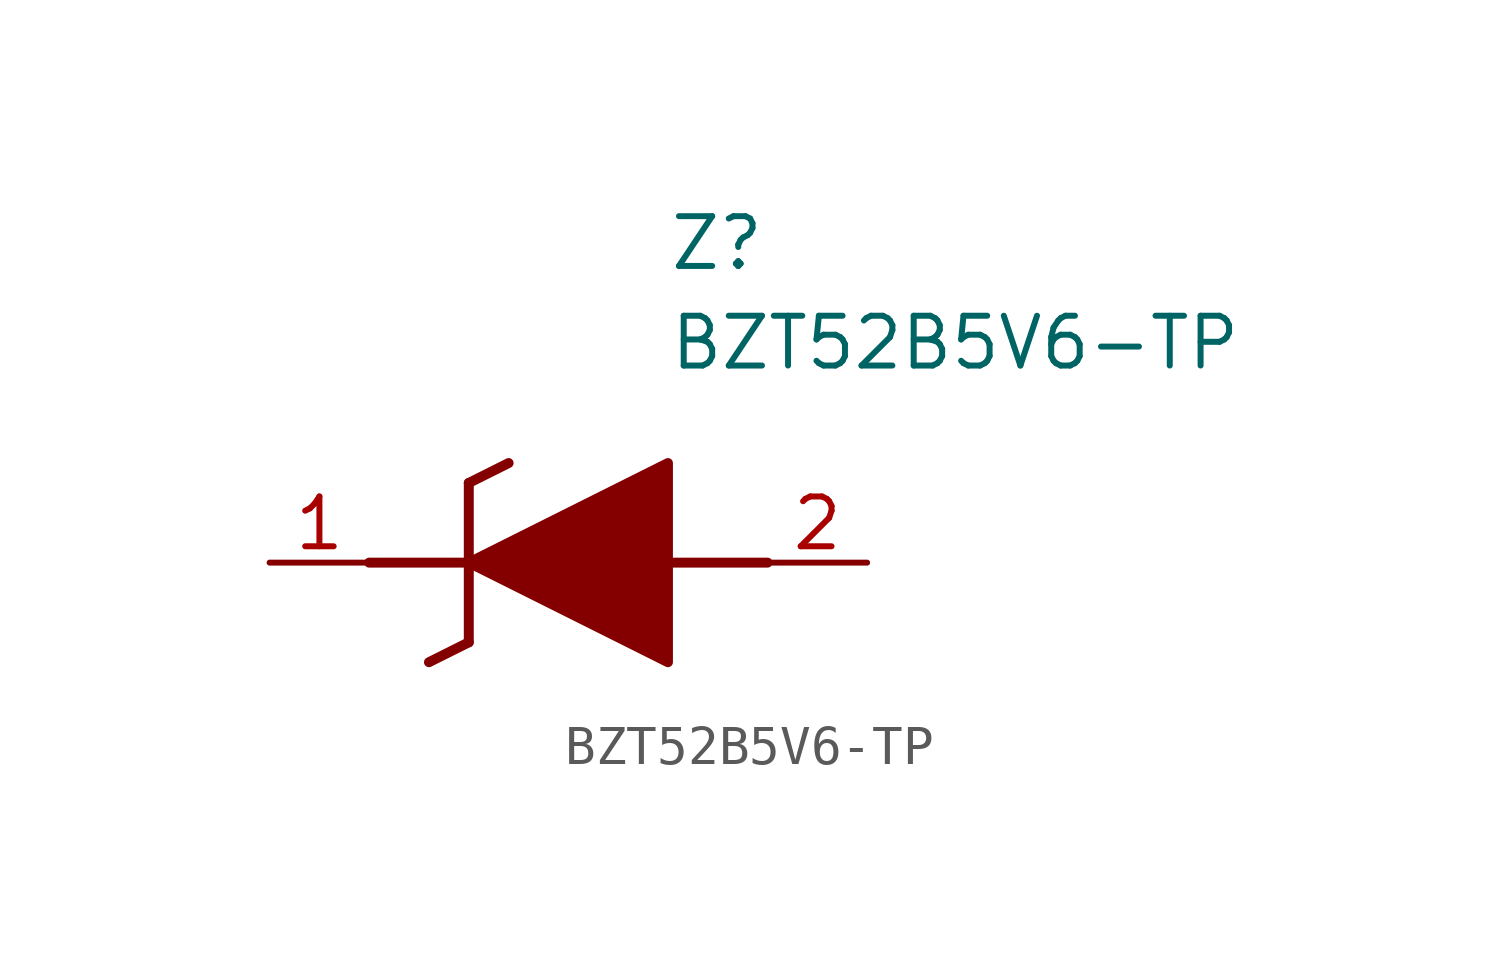
<source format=kicad_sym>
(kicad_symbol_lib
  (version 20211014)
  (generator SamacSys_ECAD_Model)
  (symbol "BZT52B5V6-TP"
    (pin_names hide)
    (property "Reference" "Z"
      (at 10.16 8.89 0)
      (effects (font (size 1.27 1.27)) (justify left top)))
    (property "Value" "BZT52B5V6-TP"
      (at 10.16 6.35 0)
      (effects (font (size 1.27 1.27)) (justify left top)))
    (polyline
      (pts (xy 5.08 2.032) (xy 5.08 -2.032))
      (stroke (width 0.254) (type default))
      (fill (type none)))
    (polyline
      (pts (xy 5.08 2.032) (xy 6.096 2.54))
      (stroke (width 0.254) (type default))
      (fill (type none)))
    (polyline
      (pts (xy 4.064 -2.54) (xy 5.08 -2.032))
      (stroke (width 0.254) (type default))
      (fill (type none)))
    (polyline
      (pts (xy 2.54 0) (xy 5.08 0))
      (stroke (width 0.254) (type default))
      (fill (type none)))
    (polyline
      (pts (xy 12.7 0) (xy 10.16 0))
      (stroke (width 0.254) (type default))
      (fill (type none)))
    (polyline
      (pts (xy 5.08 0) (xy 10.16 2.54) (xy 10.16 -2.54) (xy 5.08 0))
      (stroke (width 0.254) (type default))
      (fill (type outline)))
    (pin passive line
      (at 0 0 0)
      (length 2.54)
      (name "K" (effects (font (size 1.27 1.27))))
      (number "1" (effects (font (size 1.27 1.27)))))
    (pin passive line
      (at 15.24 0 180)
      (length 2.54)
      (name "A" (effects (font (size 1.27 1.27))))
      (number "2" (effects (font (size 1.27 1.27)))))))
</source>
